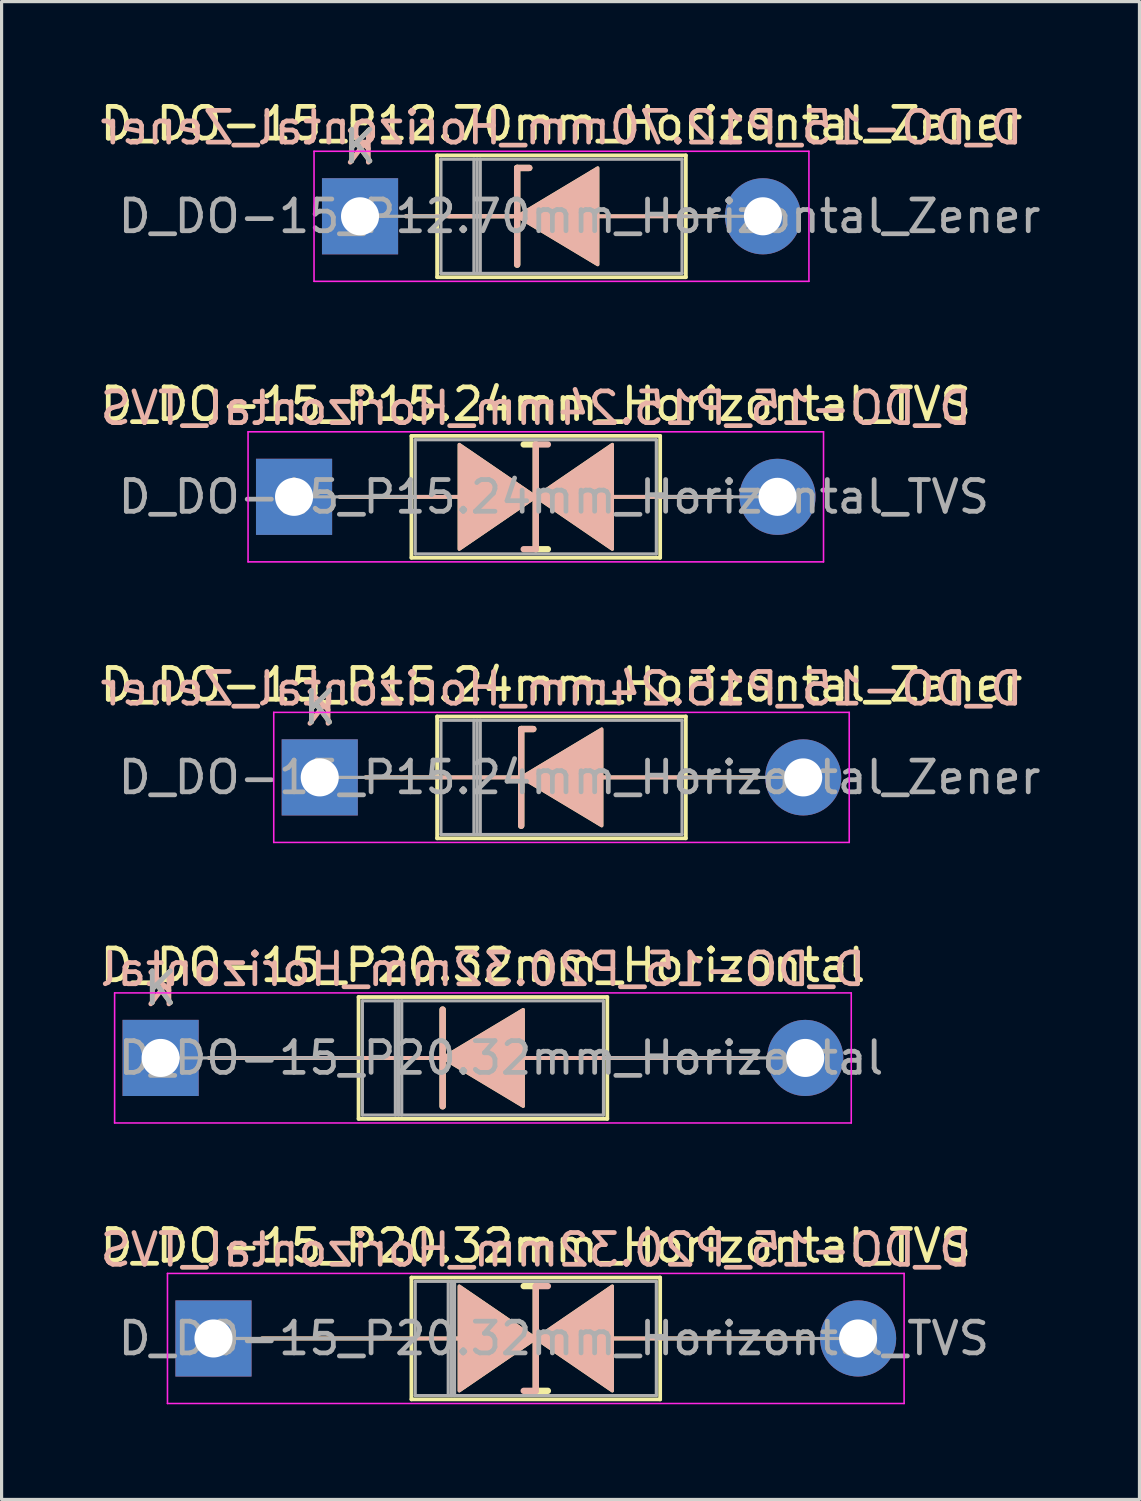
<source format=kicad_pcb>
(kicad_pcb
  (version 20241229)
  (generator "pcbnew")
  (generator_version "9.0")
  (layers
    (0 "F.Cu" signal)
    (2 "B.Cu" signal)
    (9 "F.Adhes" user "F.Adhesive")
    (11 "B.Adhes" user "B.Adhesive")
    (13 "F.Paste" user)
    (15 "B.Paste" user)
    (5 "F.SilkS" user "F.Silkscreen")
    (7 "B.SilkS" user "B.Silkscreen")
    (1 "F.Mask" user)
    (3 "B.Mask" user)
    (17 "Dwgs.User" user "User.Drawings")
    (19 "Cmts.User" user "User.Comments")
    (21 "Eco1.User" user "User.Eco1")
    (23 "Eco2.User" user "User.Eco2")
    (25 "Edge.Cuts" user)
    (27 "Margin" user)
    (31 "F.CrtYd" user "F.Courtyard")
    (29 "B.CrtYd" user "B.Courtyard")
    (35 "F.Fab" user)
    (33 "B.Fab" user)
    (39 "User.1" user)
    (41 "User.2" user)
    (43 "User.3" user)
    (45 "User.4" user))
  (footprint "D_DO-15_P12.70mm_Horizontal_Zener"
    (layer "F.Cu")
    (at 8.299 3.768)
    (property "Reference" "D_DO-15_P12.70mm_Horizontal_Zener" (at 6.35 -2.92 0) (layer "F.SilkS") (effects (font (size 1 1) (thickness 0.15))))
    (fp_line (start 1.44 0) (end 2.43 0) (stroke (width 0.12) (type solid)) (layer "F.SilkS"))
    (fp_line (start 2.413 0) (end 4.8 0) (stroke (width 0.12) (type solid)) (layer "F.SilkS"))
    (fp_line (start 2.43 -1.92) (end 2.43 1.92) (stroke (width 0.12) (type solid)) (layer "F.SilkS"))
    (fp_line (start 2.43 1.92) (end 10.27 1.92) (stroke (width 0.12) (type solid)) (layer "F.SilkS"))
    (fp_line (start 4.953 -1.524) (end 4.953 1.524) (stroke (width 0.2) (type solid)) (layer "F.SilkS"))
    (fp_line (start 4.953 -1.524) (end 5.334 -1.524) (stroke (width 0.2) (type solid)) (layer "F.SilkS"))
    (fp_line (start 4.953 0) (end 2.8 0) (stroke (width 0.12) (type solid)) (layer "F.SilkS"))
    (fp_line (start 10.27 -1.92) (end 2.43 -1.92) (stroke (width 0.12) (type solid)) (layer "F.SilkS"))
    (fp_line (start 10.27 0) (end 7.493 0) (stroke (width 0.12) (type solid)) (layer "F.SilkS"))
    (fp_line (start 10.27 1.92) (end 10.27 -1.92) (stroke (width 0.12) (type solid)) (layer "F.SilkS"))
    (fp_line (start 11.26 0) (end 10.27 0) (stroke (width 0.12) (type solid)) (layer "F.SilkS"))
    (fp_poly (pts (xy 7.493 1.524) (xy 4.953 0) (xy 7.493 -1.524)) (stroke (width 0.1) (type solid)) (fill yes) (layer "F.SilkS"))
    (fp_line (start 1.44 0) (end 2.43 0) (stroke (width 0.12) (type solid)) (layer "B.SilkS"))
    (fp_line (start 2.413 0) (end 4.8 0) (stroke (width 0.12) (type solid)) (layer "B.SilkS"))
    (fp_line (start 4.953 -1.524) (end 5.334 -1.524) (stroke (width 0.2) (type solid)) (layer "B.SilkS"))
    (fp_line (start 4.953 0) (end 2.8 0) (stroke (width 0.12) (type solid)) (layer "B.SilkS"))
    (fp_line (start 4.953 1.524) (end 4.953 -1.524) (stroke (width 0.2) (type solid)) (layer "B.SilkS"))
    (fp_line (start 10.27 0) (end 7.493 0) (stroke (width 0.12) (type solid)) (layer "B.SilkS"))
    (fp_line (start 11.26 0) (end 10.27 0) (stroke (width 0.12) (type solid)) (layer "B.SilkS"))
    (fp_poly (pts (xy 7.493 -1.524) (xy 4.953 0) (xy 7.493 1.524)) (stroke (width 0.1) (type solid)) (fill yes) (layer "B.SilkS"))
    (fp_line (start -1.45 -2.05) (end -1.45 2.05) (stroke (width 0.05) (type solid)) (layer "F.CrtYd"))
    (fp_line (start -1.45 2.05) (end 14.15 2.05) (stroke (width 0.05) (type solid)) (layer "F.CrtYd"))
    (fp_line (start 14.15 -2.05) (end -1.45 -2.05) (stroke (width 0.05) (type solid)) (layer "F.CrtYd"))
    (fp_line (start 14.15 2.05) (end 14.15 -2.05) (stroke (width 0.05) (type solid)) (layer "F.CrtYd"))
    (fp_line (start 0 0) (end 2.55 0) (stroke (width 0.1) (type solid)) (layer "F.Fab"))
    (fp_line (start 2.55 -1.8) (end 2.55 1.8) (stroke (width 0.1) (type solid)) (layer "F.Fab"))
    (fp_line (start 2.55 1.8) (end 10.15 1.8) (stroke (width 0.1) (type solid)) (layer "F.Fab"))
    (fp_line (start 3.59 -1.8) (end 3.59 1.8) (stroke (width 0.1) (type solid)) (layer "F.Fab"))
    (fp_line (start 3.69 -1.8) (end 3.69 1.8) (stroke (width 0.1) (type solid)) (layer "F.Fab"))
    (fp_line (start 3.79 -1.8) (end 3.79 1.8) (stroke (width 0.1) (type solid)) (layer "F.Fab"))
    (fp_line (start 10.15 -1.8) (end 2.55 -1.8) (stroke (width 0.1) (type solid)) (layer "F.Fab"))
    (fp_line (start 10.15 1.8) (end 10.15 -1.8) (stroke (width 0.1) (type solid)) (layer "F.Fab"))
    (fp_line (start 12.7 0) (end 10.15 0) (stroke (width 0.1) (type solid)) (layer "F.Fab"))
    (fp_text user "K" (at 0 -2.2 0) (layer "F.SilkS") (effects (font (size 1 1) (thickness 0.15))))
    (fp_text user "${REFERENCE}" (at 6.35 -2.794 0) (layer "B.SilkS") (effects (font (size 1 1) (thickness 0.15)) (justify mirror)))
    (fp_text user "K" (at 0 -2.159 0) (layer "B.SilkS") (effects (font (size 1 1) (thickness 0.15)) (justify mirror)))
    (fp_text user "${REFERENCE}" (at 6.92 0 0) (layer "F.Fab") (effects (font (size 1 1) (thickness 0.15))))
    (fp_text user "K" (at 0 -2.2 0) (layer "F.Fab") (effects (font (size 1 1) (thickness 0.15))))
    (pad "1" thru_hole rect (at 0 0) (size 2.4 2.4) (drill 1.2) (layers "*.Cu" "*.Mask"))
    (pad "2" thru_hole oval (at 12.7 0) (size 2.4 2.4) (drill 1.2) (layers "*.Cu" "*.Mask")))
  (footprint "D_DO-15_P15.24mm_Horizontal_TVS"
    (layer "F.Cu")
    (at 6.219 12.611)
    (property "Reference" "D_DO-15_P15.24mm_Horizontal_TVS" (at 7.62 -2.92 0) (layer "F.SilkS") (effects (font (size 1 1) (thickness 0.15))))
    (fp_line (start 1.44 0) (end 3.7 0) (stroke (width 0.12) (type solid)) (layer "F.SilkS"))
    (fp_line (start 3.683 0) (end 5.207 0) (stroke (width 0.12) (type solid)) (layer "F.SilkS"))
    (fp_line (start 3.7 -1.92) (end 3.7 1.92) (stroke (width 0.12) (type solid)) (layer "F.SilkS"))
    (fp_line (start 3.7 1.92) (end 11.54 1.92) (stroke (width 0.12) (type solid)) (layer "F.SilkS"))
    (fp_line (start 7.62 -1.651) (end 7.239 -1.651) (stroke (width 0.2) (type solid)) (layer "F.SilkS"))
    (fp_line (start 7.62 1.651) (end 7.62 -1.651) (stroke (width 0.2) (type solid)) (layer "F.SilkS"))
    (fp_line (start 8.001 1.651) (end 7.62 1.651) (stroke (width 0.2) (type solid)) (layer "F.SilkS"))
    (fp_line (start 11.54 -1.92) (end 3.7 -1.92) (stroke (width 0.12) (type solid)) (layer "F.SilkS"))
    (fp_line (start 11.54 1.92) (end 11.54 -1.92) (stroke (width 0.12) (type solid)) (layer "F.SilkS"))
    (fp_line (start 11.557 0) (end 10.033 0) (stroke (width 0.12) (type solid)) (layer "F.SilkS"))
    (fp_line (start 13.8 0) (end 11.54 0) (stroke (width 0.12) (type solid)) (layer "F.SilkS"))
    (fp_poly (pts (xy 7.62 0) (xy 5.207 1.651) (xy 5.207 -1.651)) (stroke (width 0.1) (type solid)) (fill yes) (layer "F.SilkS"))
    (fp_poly (pts (xy 7.62 0) (xy 10.033 -1.651) (xy 10.033 1.651)) (stroke (width 0.1) (type solid)) (fill yes) (layer "F.SilkS"))
    (fp_line (start 1.44 0) (end 3.7 0) (stroke (width 0.12) (type solid)) (layer "B.SilkS"))
    (fp_line (start 3.683 0) (end 5.207 0) (stroke (width 0.12) (type solid)) (layer "B.SilkS"))
    (fp_line (start 7.62 -1.651) (end 7.62 1.651) (stroke (width 0.2) (type solid)) (layer "B.SilkS"))
    (fp_line (start 7.62 1.651) (end 7.239 1.651) (stroke (width 0.2) (type solid)) (layer "B.SilkS"))
    (fp_line (start 8.001 -1.651) (end 7.62 -1.651) (stroke (width 0.2) (type solid)) (layer "B.SilkS"))
    (fp_line (start 11.557 0) (end 10.033 0) (stroke (width 0.12) (type solid)) (layer "B.SilkS"))
    (fp_line (start 13.8 0) (end 11.54 0) (stroke (width 0.12) (type solid)) (layer "B.SilkS"))
    (fp_poly (pts (xy 7.62 0) (xy 5.207 -1.651) (xy 5.207 1.651)) (stroke (width 0.1) (type solid)) (fill yes) (layer "B.SilkS"))
    (fp_poly (pts (xy 7.62 0) (xy 10.033 1.651) (xy 10.033 -1.651)) (stroke (width 0.1) (type solid)) (fill yes) (layer "B.SilkS"))
    (fp_line (start -1.45 -2.05) (end -1.45 2.05) (stroke (width 0.05) (type solid)) (layer "F.CrtYd"))
    (fp_line (start -1.45 2.05) (end 16.69 2.05) (stroke (width 0.05) (type solid)) (layer "F.CrtYd"))
    (fp_line (start 16.69 -2.05) (end -1.45 -2.05) (stroke (width 0.05) (type solid)) (layer "F.CrtYd"))
    (fp_line (start 16.69 2.05) (end 16.69 -2.05) (stroke (width 0.05) (type solid)) (layer "F.CrtYd"))
    (fp_line (start 0 0) (end 3.82 0) (stroke (width 0.1) (type solid)) (layer "F.Fab"))
    (fp_line (start 3.82 -1.8) (end 3.82 1.8) (stroke (width 0.1) (type solid)) (layer "F.Fab"))
    (fp_line (start 3.82 1.8) (end 11.42 1.8) (stroke (width 0.1) (type solid)) (layer "F.Fab"))
    (fp_line (start 11.42 -1.8) (end 3.82 -1.8) (stroke (width 0.1) (type solid)) (layer "F.Fab"))
    (fp_line (start 11.42 1.8) (end 11.42 -1.8) (stroke (width 0.1) (type solid)) (layer "F.Fab"))
    (fp_line (start 15.24 0) (end 11.42 0) (stroke (width 0.1) (type solid)) (layer "F.Fab"))
    (fp_text user "${REFERENCE}" (at 7.62 -2.794 0) (layer "B.SilkS") (effects (font (size 1 1) (thickness 0.15)) (justify mirror)))
    (fp_text user "${REFERENCE}" (at 8.19 0 0) (layer "F.Fab") (effects (font (size 1 1) (thickness 0.15))))
    (pad "1" thru_hole rect (at 0 0) (size 2.4 2.4) (drill 1.2) (layers "*.Cu" "*.Mask"))
    (pad "2" thru_hole oval (at 15.24 0) (size 2.4 2.4) (drill 1.2) (layers "*.Cu" "*.Mask")))
  (footprint "D_DO-15_P20.32mm_Horizontal"
    (layer "F.Cu")
    (at 2.013 30.298)
    (property "Reference" "D_DO-15_P20.32mm_Horizontal" (at 10.16 -2.92 0) (layer "F.SilkS") (effects (font (size 1 1) (thickness 0.15))))
    (fp_line (start 1.524 0) (end 6.24 0) (stroke (width 0.12) (type solid)) (layer "F.SilkS"))
    (fp_line (start 6.24 -1.92) (end 6.24 1.92) (stroke (width 0.12) (type solid)) (layer "F.SilkS"))
    (fp_line (start 6.24 1.92) (end 14.08 1.92) (stroke (width 0.12) (type solid)) (layer "F.SilkS"))
    (fp_line (start 8.89 -1.524) (end 8.89 1.524) (stroke (width 0.2) (type solid)) (layer "F.SilkS"))
    (fp_line (start 8.89 0) (end 6.24 0) (stroke (width 0.12) (type solid)) (layer "F.SilkS"))
    (fp_line (start 14.08 -1.92) (end 6.24 -1.92) (stroke (width 0.12) (type solid)) (layer "F.SilkS"))
    (fp_line (start 14.08 0) (end 11.43 0) (stroke (width 0.12) (type solid)) (layer "F.SilkS"))
    (fp_line (start 14.08 1.92) (end 14.08 -1.92) (stroke (width 0.12) (type solid)) (layer "F.SilkS"))
    (fp_line (start 18.796 0) (end 14.08 0) (stroke (width 0.12) (type solid)) (layer "F.SilkS"))
    (fp_poly (pts (xy 11.43 1.524) (xy 8.89 0) (xy 11.43 -1.524)) (stroke (width 0.1) (type solid)) (fill yes) (layer "F.SilkS"))
    (fp_line (start 1.524 0) (end 6.24 0) (stroke (width 0.12) (type solid)) (layer "B.SilkS"))
    (fp_line (start 8.89 0) (end 6.24 0) (stroke (width 0.12) (type solid)) (layer "B.SilkS"))
    (fp_line (start 8.89 1.524) (end 8.89 -1.524) (stroke (width 0.2) (type solid)) (layer "B.SilkS"))
    (fp_line (start 14.08 0) (end 11.43 0) (stroke (width 0.12) (type solid)) (layer "B.SilkS"))
    (fp_line (start 18.796 0) (end 14.08 0) (stroke (width 0.12) (type solid)) (layer "B.SilkS"))
    (fp_poly (pts (xy 11.43 -1.524) (xy 8.89 0) (xy 11.43 1.524)) (stroke (width 0.1) (type solid)) (fill yes) (layer "B.SilkS"))
    (fp_line (start -1.45 -2.05) (end -1.45 2.05) (stroke (width 0.05) (type solid)) (layer "F.CrtYd"))
    (fp_line (start -1.45 2.05) (end 21.77 2.05) (stroke (width 0.05) (type solid)) (layer "F.CrtYd"))
    (fp_line (start 21.77 -2.05) (end -1.45 -2.05) (stroke (width 0.05) (type solid)) (layer "F.CrtYd"))
    (fp_line (start 21.77 2.05) (end 21.77 -2.05) (stroke (width 0.05) (type solid)) (layer "F.CrtYd"))
    (fp_line (start 0 0) (end 6.36 0) (stroke (width 0.1) (type solid)) (layer "F.Fab"))
    (fp_line (start 6.36 -1.8) (end 6.36 1.8) (stroke (width 0.1) (type solid)) (layer "F.Fab"))
    (fp_line (start 6.36 1.8) (end 13.96 1.8) (stroke (width 0.1) (type solid)) (layer "F.Fab"))
    (fp_line (start 7.4 -1.8) (end 7.4 1.8) (stroke (width 0.1) (type solid)) (layer "F.Fab"))
    (fp_line (start 7.5 -1.8) (end 7.5 1.8) (stroke (width 0.1) (type solid)) (layer "F.Fab"))
    (fp_line (start 7.6 -1.8) (end 7.6 1.8) (stroke (width 0.1) (type solid)) (layer "F.Fab"))
    (fp_line (start 13.96 -1.8) (end 6.36 -1.8) (stroke (width 0.1) (type solid)) (layer "F.Fab"))
    (fp_line (start 13.96 1.8) (end 13.96 -1.8) (stroke (width 0.1) (type solid)) (layer "F.Fab"))
    (fp_line (start 20.32 0) (end 13.96 0) (stroke (width 0.1) (type solid)) (layer "F.Fab"))
    (fp_text user "K" (at 0 -2.2 0) (layer "F.SilkS") (effects (font (size 1 1) (thickness 0.15))))
    (fp_text user "${REFERENCE}" (at 10.16 -2.794 0) (layer "B.SilkS") (effects (font (size 1 1) (thickness 0.15)) (justify mirror)))
    (fp_text user "K" (at 0 -2.159 0) (layer "B.SilkS") (effects (font (size 1 1) (thickness 0.15)) (justify mirror)))
    (fp_text user "K" (at 0 -2.2 0) (layer "F.Fab") (effects (font (size 1 1) (thickness 0.15))))
    (fp_text user "${REFERENCE}" (at 10.73 0 0) (layer "F.Fab") (effects (font (size 1 1) (thickness 0.15))))
    (pad "1" thru_hole rect (at 0 0) (size 2.4 2.4) (drill 1.2) (layers "*.Cu" "*.Mask"))
    (pad "2" thru_hole oval (at 20.32 0) (size 2.4 2.4) (drill 1.2) (layers "*.Cu" "*.Mask")))
  (footprint "D_DO-15_P15.24mm_Horizontal_Zener"
    (layer "F.Cu")
    (at 7.029 21.455)
    (property "Reference" "D_DO-15_P15.24mm_Horizontal_Zener" (at 7.62 -2.92 0) (layer "F.SilkS") (effects (font (size 1 1) (thickness 0.15))))
    (fp_line (start 1.44 0) (end 3.7 0) (stroke (width 0.12) (type solid)) (layer "F.SilkS"))
    (fp_line (start 3.7 -1.92) (end 3.7 1.92) (stroke (width 0.12) (type solid)) (layer "F.SilkS"))
    (fp_line (start 3.7 1.92) (end 11.54 1.92) (stroke (width 0.12) (type solid)) (layer "F.SilkS"))
    (fp_line (start 6.35 -1.524) (end 6.35 1.524) (stroke (width 0.2) (type solid)) (layer "F.SilkS"))
    (fp_line (start 6.35 -1.524) (end 6.731 -1.524) (stroke (width 0.2) (type solid)) (layer "F.SilkS"))
    (fp_line (start 6.35 0) (end 3.683 0) (stroke (width 0.12) (type solid)) (layer "F.SilkS"))
    (fp_line (start 11.54 -1.92) (end 3.7 -1.92) (stroke (width 0.12) (type solid)) (layer "F.SilkS"))
    (fp_line (start 11.54 0) (end 8.89 0) (stroke (width 0.12) (type solid)) (layer "F.SilkS"))
    (fp_line (start 11.54 1.92) (end 11.54 -1.92) (stroke (width 0.12) (type solid)) (layer "F.SilkS"))
    (fp_line (start 13.8 0) (end 11.54 0) (stroke (width 0.12) (type solid)) (layer "F.SilkS"))
    (fp_poly (pts (xy 8.89 1.524) (xy 6.35 0) (xy 8.89 -1.524)) (stroke (width 0.1) (type solid)) (fill yes) (layer "F.SilkS"))
    (fp_line (start 1.44 0) (end 3.7 0) (stroke (width 0.12) (type solid)) (layer "B.SilkS"))
    (fp_line (start 6.35 -1.524) (end 6.731 -1.524) (stroke (width 0.2) (type solid)) (layer "B.SilkS"))
    (fp_line (start 6.35 0) (end 3.683 0) (stroke (width 0.12) (type solid)) (layer "B.SilkS"))
    (fp_line (start 6.35 1.524) (end 6.35 -1.524) (stroke (width 0.2) (type solid)) (layer "B.SilkS"))
    (fp_line (start 11.54 0) (end 8.89 0) (stroke (width 0.12) (type solid)) (layer "B.SilkS"))
    (fp_line (start 13.8 0) (end 11.54 0) (stroke (width 0.12) (type solid)) (layer "B.SilkS"))
    (fp_poly (pts (xy 8.89 -1.524) (xy 6.35 0) (xy 8.89 1.524)) (stroke (width 0.1) (type solid)) (fill yes) (layer "B.SilkS"))
    (fp_line (start -1.45 -2.05) (end -1.45 2.05) (stroke (width 0.05) (type solid)) (layer "F.CrtYd"))
    (fp_line (start -1.45 2.05) (end 16.69 2.05) (stroke (width 0.05) (type solid)) (layer "F.CrtYd"))
    (fp_line (start 16.69 -2.05) (end -1.45 -2.05) (stroke (width 0.05) (type solid)) (layer "F.CrtYd"))
    (fp_line (start 16.69 2.05) (end 16.69 -2.05) (stroke (width 0.05) (type solid)) (layer "F.CrtYd"))
    (fp_line (start 0 0) (end 3.82 0) (stroke (width 0.1) (type solid)) (layer "F.Fab"))
    (fp_line (start 3.82 -1.8) (end 3.82 1.8) (stroke (width 0.1) (type solid)) (layer "F.Fab"))
    (fp_line (start 3.82 1.8) (end 11.42 1.8) (stroke (width 0.1) (type solid)) (layer "F.Fab"))
    (fp_line (start 4.86 -1.8) (end 4.86 1.8) (stroke (width 0.1) (type solid)) (layer "F.Fab"))
    (fp_line (start 4.96 -1.8) (end 4.96 1.8) (stroke (width 0.1) (type solid)) (layer "F.Fab"))
    (fp_line (start 5.06 -1.8) (end 5.06 1.8) (stroke (width 0.1) (type solid)) (layer "F.Fab"))
    (fp_line (start 11.42 -1.8) (end 3.82 -1.8) (stroke (width 0.1) (type solid)) (layer "F.Fab"))
    (fp_line (start 11.42 1.8) (end 11.42 -1.8) (stroke (width 0.1) (type solid)) (layer "F.Fab"))
    (fp_line (start 15.24 0) (end 11.42 0) (stroke (width 0.1) (type solid)) (layer "F.Fab"))
    (fp_text user "K" (at 0 -2.2 0) (layer "F.SilkS") (effects (font (size 1 1) (thickness 0.15))))
    (fp_text user "K" (at 0 -2.159 0) (layer "B.SilkS") (effects (font (size 1 1) (thickness 0.15)) (justify mirror)))
    (fp_text user "${REFERENCE}" (at 7.62 -2.794 0) (layer "B.SilkS") (effects (font (size 1 1) (thickness 0.15)) (justify mirror)))
    (fp_text user "${REFERENCE}" (at 8.19 0 0) (layer "F.Fab") (effects (font (size 1 1) (thickness 0.15))))
    (fp_text user "K" (at 0 -2.2 0) (layer "F.Fab") (effects (font (size 1 1) (thickness 0.15))))
    (pad "1" thru_hole rect (at 0 0) (size 2.4 2.4) (drill 1.2) (layers "*.Cu" "*.Mask"))
    (pad "2" thru_hole oval (at 15.24 0) (size 2.4 2.4) (drill 1.2) (layers "*.Cu" "*.Mask")))
  (footprint "D_DO-15_P20.32mm_Horizontal_TVS"
    (layer "F.Cu")
    (at 3.679 39.141)
    (property "Reference" "D_DO-15_P20.32mm_Horizontal_TVS" (at 10.16 -2.92 0) (layer "F.SilkS") (effects (font (size 1 1) (thickness 0.15))))
    (fp_line (start 1.524 0) (end 6.24 0) (stroke (width 0.12) (type solid)) (layer "F.SilkS"))
    (fp_line (start 6.24 -1.92) (end 6.24 1.92) (stroke (width 0.12) (type solid)) (layer "F.SilkS"))
    (fp_line (start 6.24 0) (end 7.747 0) (stroke (width 0.12) (type solid)) (layer "F.SilkS"))
    (fp_line (start 6.24 1.92) (end 14.08 1.92) (stroke (width 0.12) (type solid)) (layer "F.SilkS"))
    (fp_line (start 10.16 -1.651) (end 9.779 -1.651) (stroke (width 0.2) (type solid)) (layer "F.SilkS"))
    (fp_line (start 10.16 1.651) (end 10.16 -1.651) (stroke (width 0.2) (type solid)) (layer "F.SilkS"))
    (fp_line (start 10.541 1.651) (end 10.16 1.651) (stroke (width 0.2) (type solid)) (layer "F.SilkS"))
    (fp_line (start 14.08 -1.92) (end 6.24 -1.92) (stroke (width 0.12) (type solid)) (layer "F.SilkS"))
    (fp_line (start 14.08 1.92) (end 14.08 -1.92) (stroke (width 0.12) (type solid)) (layer "F.SilkS"))
    (fp_line (start 14.097 0) (end 12.573 0) (stroke (width 0.12) (type solid)) (layer "F.SilkS"))
    (fp_line (start 18.796 0) (end 14.08 0) (stroke (width 0.12) (type solid)) (layer "F.SilkS"))
    (fp_poly (pts (xy 10.16 0) (xy 7.747 1.651) (xy 7.747 -1.651)) (stroke (width 0.1) (type solid)) (fill yes) (layer "F.SilkS"))
    (fp_poly (pts (xy 10.16 0) (xy 12.573 -1.651) (xy 12.573 1.651)) (stroke (width 0.1) (type solid)) (fill yes) (layer "F.SilkS"))
    (fp_line (start 1.524 0) (end 6.24 0) (stroke (width 0.12) (type solid)) (layer "B.SilkS"))
    (fp_line (start 6.24 0) (end 7.747 0) (stroke (width 0.12) (type solid)) (layer "B.SilkS"))
    (fp_line (start 10.16 -1.651) (end 10.16 1.651) (stroke (width 0.2) (type solid)) (layer "B.SilkS"))
    (fp_line (start 10.16 1.651) (end 9.779 1.651) (stroke (width 0.2) (type solid)) (layer "B.SilkS"))
    (fp_line (start 10.541 -1.651) (end 10.16 -1.651) (stroke (width 0.2) (type solid)) (layer "B.SilkS"))
    (fp_line (start 14.097 0) (end 12.573 0) (stroke (width 0.12) (type solid)) (layer "B.SilkS"))
    (fp_line (start 18.796 0) (end 14.08 0) (stroke (width 0.12) (type solid)) (layer "B.SilkS"))
    (fp_poly (pts (xy 10.16 0) (xy 7.747 -1.651) (xy 7.747 1.651)) (stroke (width 0.1) (type solid)) (fill yes) (layer "B.SilkS"))
    (fp_poly (pts (xy 10.16 0) (xy 12.573 1.651) (xy 12.573 -1.651)) (stroke (width 0.1) (type solid)) (fill yes) (layer "B.SilkS"))
    (fp_line (start -1.45 -2.05) (end -1.45 2.05) (stroke (width 0.05) (type solid)) (layer "F.CrtYd"))
    (fp_line (start -1.45 2.05) (end 21.77 2.05) (stroke (width 0.05) (type solid)) (layer "F.CrtYd"))
    (fp_line (start 21.77 -2.05) (end -1.45 -2.05) (stroke (width 0.05) (type solid)) (layer "F.CrtYd"))
    (fp_line (start 21.77 2.05) (end 21.77 -2.05) (stroke (width 0.05) (type solid)) (layer "F.CrtYd"))
    (fp_line (start 0 0) (end 6.36 0) (stroke (width 0.1) (type solid)) (layer "F.Fab"))
    (fp_line (start 6.36 -1.8) (end 6.36 1.8) (stroke (width 0.1) (type solid)) (layer "F.Fab"))
    (fp_line (start 6.36 1.8) (end 13.96 1.8) (stroke (width 0.1) (type solid)) (layer "F.Fab"))
    (fp_line (start 7.4 -1.8) (end 7.4 1.8) (stroke (width 0.1) (type solid)) (layer "F.Fab"))
    (fp_line (start 7.5 -1.8) (end 7.5 1.8) (stroke (width 0.1) (type solid)) (layer "F.Fab"))
    (fp_line (start 7.6 -1.8) (end 7.6 1.8) (stroke (width 0.1) (type solid)) (layer "F.Fab"))
    (fp_line (start 13.96 -1.8) (end 6.36 -1.8) (stroke (width 0.1) (type solid)) (layer "F.Fab"))
    (fp_line (start 13.96 1.8) (end 13.96 -1.8) (stroke (width 0.1) (type solid)) (layer "F.Fab"))
    (fp_line (start 20.32 0) (end 13.96 0) (stroke (width 0.1) (type solid)) (layer "F.Fab"))
    (fp_text user "${REFERENCE}" (at 10.16 -2.794 0) (layer "B.SilkS") (effects (font (size 1 1) (thickness 0.15)) (justify mirror)))
    (fp_text user "${REFERENCE}" (at 10.73 0 0) (layer "F.Fab") (effects (font (size 1 1) (thickness 0.15))))
    (pad "1" thru_hole rect (at 0 0) (size 2.4 2.4) (drill 1.2) (layers "*.Cu" "*.Mask"))
    (pad "2" thru_hole oval (at 20.32 0) (size 2.4 2.4) (drill 1.2) (layers "*.Cu" "*.Mask")))
  (gr_rect
    (start -3 -3)
    (end 32.868 44.216)
    (stroke (width 0.1) (type default))
    (fill no)
    (layer "Edge.Cuts")))
</source>
